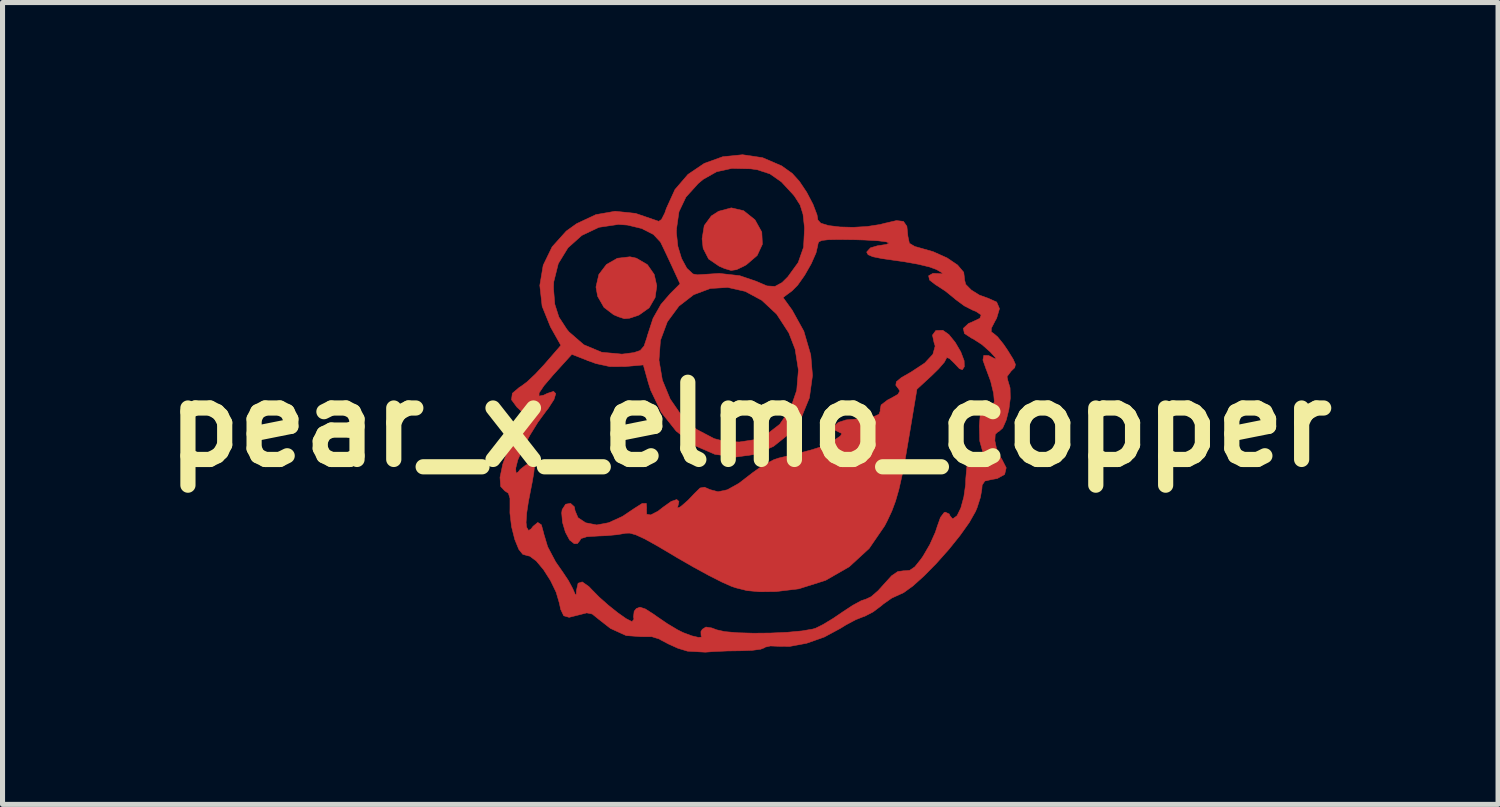
<source format=kicad_pcb>
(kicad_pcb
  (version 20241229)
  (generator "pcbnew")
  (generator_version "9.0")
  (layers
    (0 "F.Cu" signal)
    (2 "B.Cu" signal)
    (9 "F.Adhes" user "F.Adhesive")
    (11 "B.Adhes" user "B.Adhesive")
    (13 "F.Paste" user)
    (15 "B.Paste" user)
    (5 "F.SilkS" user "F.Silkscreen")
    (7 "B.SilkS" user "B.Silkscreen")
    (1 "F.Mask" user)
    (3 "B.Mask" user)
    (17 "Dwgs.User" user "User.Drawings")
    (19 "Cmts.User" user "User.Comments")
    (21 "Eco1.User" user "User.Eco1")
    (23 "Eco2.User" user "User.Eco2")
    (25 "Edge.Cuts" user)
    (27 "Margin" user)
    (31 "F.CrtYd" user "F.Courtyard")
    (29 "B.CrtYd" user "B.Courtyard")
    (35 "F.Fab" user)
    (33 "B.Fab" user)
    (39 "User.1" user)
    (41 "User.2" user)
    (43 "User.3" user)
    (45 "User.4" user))
  (footprint "pear_x_elmo_copper"
    (layer "F.Cu")
    (at 11.764 5.332)
    (property "Reference" "pear_x_elmo_copper" (at 0 0 0) (layer "F.SilkS") (effects (font (size 1.524 1.524) (thickness 0.3))))
    (attr through_hole)
    (fp_poly (pts (xy -2.25 -3.285) (xy -2.032 -3.157) (xy -1.897 -2.964) (xy -1.846 -2.737) (xy -1.879 -2.507) (xy -1.996 -2.305) (xy -2.197 -2.162) (xy -2.235 -2.148) (xy -2.387 -2.098) (xy -2.488 -2.09) (xy -2.603 -2.127) (xy -2.699 -2.168) (xy -2.889 -2.313) (xy -3.014 -2.531) (xy -3.047 -2.715) (xy -2.99 -2.963) (xy -2.84 -3.16) (xy -2.625 -3.283) (xy -2.376 -3.312) (xy -2.25 -3.285)) (stroke (width 0.01) (type solid)) (fill yes) (layer "F.Cu"))
    (fp_poly (pts (xy -0.132 -4.222) (xy 0.087 -4.047) (xy 0.095 -4.038) (xy 0.227 -3.8) (xy 0.239 -3.56) (xy 0.136 -3.338) (xy -0.078 -3.154) (xy -0.127 -3.127) (xy -0.272 -3.058) (xy -0.379 -3.042) (xy -0.508 -3.08) (xy -0.613 -3.125) (xy -0.823 -3.268) (xy -0.931 -3.479) (xy -0.952 -3.667) (xy -0.909 -3.929) (xy -0.77 -4.118) (xy -0.627 -4.21) (xy -0.375 -4.278) (xy -0.132 -4.222)) (stroke (width 0.01) (type solid)) (fill yes) (layer "F.Cu"))
    (fp_poly (pts (xy 3.803 -1.86) (xy 3.922 -1.776) (xy 4.047 -1.621) (xy 4.156 -1.435) (xy 4.222 -1.26) (xy 4.226 -1.142) (xy 4.187 -1.082) (xy 4.129 -1.103) (xy 4.029 -1.21) (xy 3.931 -1.305) (xy 3.878 -1.323) (xy 3.874 -1.311) (xy 3.831 -1.23) (xy 3.717 -1.098) (xy 3.582 -0.966) (xy 3.29 -0.697) (xy 3.142 0.191) (xy 3.064 0.65) (xy 2.996 1.007) (xy 2.933 1.286) (xy 2.868 1.512) (xy 2.795 1.708) (xy 2.706 1.898) (xy 2.653 2.001) (xy 2.347 2.447) (xy 1.953 2.809) (xy 1.486 3.077) (xy 0.957 3.244) (xy 0.509 3.298) (xy 0.185 3.302) (xy -0.065 3.279) (xy -0.289 3.223) (xy -0.376 3.193) (xy -0.558 3.112) (xy -0.817 2.981) (xy -1.121 2.815) (xy -1.44 2.632) (xy -1.519 2.584) (xy -1.847 2.39) (xy -2.087 2.257) (xy -2.259 2.178) (xy -2.379 2.144) (xy -2.466 2.146) (xy -2.475 2.149) (xy -2.628 2.175) (xy -2.848 2.195) (xy -2.999 2.201) (xy -3.228 2.215) (xy -3.343 2.252) (xy -3.365 2.291) (xy -3.414 2.351) (xy -3.476 2.353) (xy -3.568 2.28) (xy -3.651 2.124) (xy -3.708 1.931) (xy -3.724 1.745) (xy -3.715 1.68) (xy -3.646 1.573) (xy -3.549 1.556) (xy -3.474 1.624) (xy -3.46 1.7) (xy -3.402 1.839) (xy -3.25 1.94) (xy -3.035 1.982) (xy -3.028 1.982) (xy -2.796 1.938) (xy -2.524 1.814) (xy -2.292 1.658) (xy -2.136 1.559) (xy -2.053 1.557) (xy -2.046 1.653) (xy -2.049 1.667) (xy -2.046 1.771) (xy -1.967 1.785) (xy -1.824 1.712) (xy -1.725 1.635) (xy -1.563 1.519) (xy -1.452 1.48) (xy -1.409 1.519) (xy -1.422 1.581) (xy -1.439 1.649) (xy -1.386 1.628) (xy -1.35 1.601) (xy -1.227 1.493) (xy -1.098 1.357) (xy -0.992 1.253) (xy -0.904 1.237) (xy -0.795 1.285) (xy -0.637 1.327) (xy -0.453 1.288) (xy -0.226 1.161) (xy 0.053 0.946) (xy 0.254 0.804) (xy 0.463 0.695) (xy 0.561 0.662) (xy 0.918 0.576) (xy 1.176 0.509) (xy 1.36 0.452) (xy 1.497 0.398) (xy 1.612 0.338) (xy 1.65 0.315) (xy 1.781 0.225) (xy 1.808 0.176) (xy 1.76 0.154) (xy 1.657 0.104) (xy 1.656 0.031) (xy 1.738 -0.042) (xy 1.886 -0.09) (xy 1.938 -0.096) (xy 2.243 -0.121) (xy 2.438 -0.155) (xy 2.54 -0.202) (xy 2.566 -0.268) (xy 2.563 -0.29) (xy 2.583 -0.387) (xy 2.708 -0.483) (xy 2.769 -0.514) (xy 2.915 -0.597) (xy 2.953 -0.662) (xy 2.931 -0.699) (xy 2.873 -0.776) (xy 2.884 -0.845) (xy 2.982 -0.926) (xy 3.175 -1.037) (xy 3.444 -1.214) (xy 3.605 -1.387) (xy 3.65 -1.549) (xy 3.627 -1.623) (xy 3.597 -1.766) (xy 3.663 -1.856) (xy 3.798 -1.861) (xy 3.803 -1.86)) (stroke (width 0.01) (type solid)) (fill yes) (layer "F.Cu"))
    (fp_poly (pts (xy 0.242 -5.269) (xy 0.619 -5.107) (xy 0.828 -4.958) (xy 0.97 -4.801) (xy 1.115 -4.584) (xy 1.238 -4.349) (xy 1.318 -4.139) (xy 1.334 -4.039) (xy 1.392 -3.975) (xy 1.548 -3.928) (xy 1.771 -3.901) (xy 2.034 -3.894) (xy 2.306 -3.91) (xy 2.56 -3.949) (xy 2.656 -3.974) (xy 2.886 -4.027) (xy 3.024 -4.011) (xy 3.092 -3.914) (xy 3.111 -3.723) (xy 3.112 -3.716) (xy 3.141 -3.579) (xy 3.251 -3.514) (xy 3.287 -3.505) (xy 3.61 -3.413) (xy 3.885 -3.29) (xy 4.092 -3.15) (xy 4.214 -3.006) (xy 4.231 -2.87) (xy 4.229 -2.864) (xy 4.253 -2.768) (xy 4.363 -2.656) (xy 4.525 -2.555) (xy 4.698 -2.493) (xy 4.865 -2.418) (xy 4.92 -2.288) (xy 4.864 -2.099) (xy 4.833 -2.044) (xy 4.76 -1.903) (xy 4.757 -1.83) (xy 4.8 -1.801) (xy 4.883 -1.731) (xy 4.999 -1.587) (xy 5.084 -1.462) (xy 5.191 -1.289) (xy 5.235 -1.187) (xy 5.221 -1.123) (xy 5.157 -1.061) (xy 5.153 -1.058) (xy 5.069 -0.946) (xy 5.086 -0.867) (xy 5.129 -0.724) (xy 5.134 -0.522) (xy 5.106 -0.299) (xy 5.054 -0.09) (xy 4.984 0.069) (xy 4.902 0.142) (xy 4.89 0.143) (xy 4.836 0.194) (xy 4.829 0.32) (xy 4.863 0.482) (xy 4.934 0.638) (xy 4.965 0.682) (xy 5.053 0.854) (xy 5.022 0.985) (xy 4.877 1.066) (xy 4.773 1.084) (xy 4.632 1.115) (xy 4.578 1.195) (xy 4.572 1.274) (xy 4.544 1.437) (xy 4.478 1.643) (xy 4.447 1.717) (xy 4.324 1.934) (xy 4.141 2.191) (xy 3.919 2.467) (xy 3.676 2.74) (xy 3.433 2.987) (xy 3.21 3.188) (xy 3.027 3.32) (xy 2.941 3.359) (xy 2.793 3.427) (xy 2.624 3.546) (xy 2.59 3.576) (xy 2.423 3.701) (xy 2.259 3.786) (xy 2.23 3.795) (xy 2.081 3.854) (xy 1.886 3.958) (xy 1.78 4.024) (xy 1.461 4.196) (xy 1.112 4.319) (xy 0.779 4.381) (xy 0.563 4.379) (xy 0.398 4.372) (xy 0.292 4.396) (xy 0.281 4.407) (xy 0.203 4.437) (xy 0.035 4.459) (xy -0.179 4.467) (xy -0.454 4.471) (xy -0.726 4.483) (xy -0.888 4.495) (xy -1.239 4.475) (xy -1.428 4.418) (xy -1.616 4.333) (xy -1.77 4.252) (xy -1.797 4.235) (xy -1.944 4.189) (xy -2.144 4.188) (xy -2.152 4.189) (xy -2.451 4.167) (xy -2.761 4.026) (xy -2.994 3.844) (xy -3.12 3.742) (xy -3.23 3.719) (xy -3.39 3.76) (xy -3.577 3.807) (xy -3.684 3.776) (xy -3.744 3.649) (xy -3.77 3.526) (xy -3.833 3.312) (xy -3.944 3.082) (xy -4.082 2.866) (xy -4.225 2.695) (xy -4.354 2.599) (xy -4.397 2.59) (xy -4.493 2.562) (xy -4.571 2.464) (xy -4.65 2.27) (xy -4.714 2.016) (xy -4.746 1.746) (xy -4.745 1.65) (xy -4.745 1.458) (xy -4.776 1.357) (xy -4.848 1.31) (xy -4.929 1.223) (xy -4.942 1.043) (xy -4.906 0.873) (xy -4.632 0.873) (xy -4.624 0.961) (xy -4.583 0.937) (xy -4.546 0.889) (xy -4.43 0.798) (xy -4.35 0.778) (xy -4.302 0.779) (xy -4.273 0.794) (xy -4.263 0.845) (xy -4.274 0.953) (xy -4.306 1.138) (xy -4.361 1.421) (xy -4.381 1.524) (xy -4.415 1.749) (xy -4.427 1.934) (xy -4.417 2.026) (xy -4.378 2.093) (xy -4.326 2.059) (xy -4.289 2.01) (xy -4.196 1.933) (xy -4.125 1.98) (xy -4.079 2.147) (xy -4.078 2.156) (xy -4.001 2.413) (xy -3.843 2.712) (xy -3.707 2.907) (xy -3.591 3.081) (xy -3.503 3.245) (xy -3.499 3.256) (xy -3.453 3.361) (xy -3.436 3.352) (xy -3.432 3.274) (xy -3.4 3.133) (xy -3.318 3.107) (xy -3.189 3.197) (xy -3.129 3.26) (xy -2.982 3.409) (xy -2.8 3.57) (xy -2.613 3.719) (xy -2.451 3.833) (xy -2.344 3.888) (xy -2.333 3.889) (xy -2.297 3.843) (xy -2.306 3.799) (xy -2.293 3.687) (xy -2.251 3.634) (xy -2.178 3.606) (xy -2.072 3.641) (xy -1.906 3.747) (xy -1.849 3.788) (xy -1.64 3.931) (xy -1.433 4.055) (xy -1.324 4.109) (xy -1.155 4.172) (xy -1.023 4.203) (xy -0.959 4.196) (xy -0.972 4.165) (xy -0.975 4.088) (xy -0.947 4.043) (xy -0.876 3.998) (xy -0.761 4.016) (xy -0.664 4.053) (xy -0.504 4.089) (xy -0.251 4.111) (xy 0.061 4.12) (xy 0.399 4.117) (xy 0.73 4.102) (xy 1.02 4.075) (xy 1.236 4.038) (xy 1.293 4.02) (xy 1.438 3.948) (xy 1.639 3.826) (xy 1.827 3.698) (xy 2.022 3.57) (xy 2.189 3.479) (xy 2.29 3.445) (xy 2.387 3.399) (xy 2.525 3.279) (xy 2.634 3.158) (xy 2.79 2.986) (xy 2.912 2.903) (xy 3.031 2.887) (xy 3.037 2.888) (xy 3.147 2.879) (xy 3.248 2.81) (xy 3.369 2.659) (xy 3.414 2.594) (xy 3.546 2.367) (xy 3.654 2.126) (xy 3.693 2.007) (xy 3.755 1.833) (xy 3.826 1.739) (xy 3.85 1.73) (xy 3.93 1.767) (xy 3.938 1.794) (xy 3.987 1.855) (xy 4.005 1.857) (xy 4.083 1.799) (xy 4.157 1.647) (xy 4.216 1.431) (xy 4.251 1.186) (xy 4.255 1.064) (xy 4.277 0.823) (xy 4.338 0.681) (xy 4.431 0.646) (xy 4.526 0.706) (xy 4.624 0.777) (xy 4.659 0.746) (xy 4.623 0.625) (xy 4.603 0.585) (xy 4.531 0.328) (xy 4.522 0.029) (xy 4.539 -0.178) (xy 4.569 -0.29) (xy 4.627 -0.34) (xy 4.691 -0.354) (xy 4.786 -0.381) (xy 4.819 -0.449) (xy 4.806 -0.597) (xy 4.802 -0.623) (xy 4.745 -0.857) (xy 4.661 -1.083) (xy 4.656 -1.094) (xy 4.593 -1.273) (xy 4.61 -1.365) (xy 4.706 -1.362) (xy 4.782 -1.323) (xy 4.852 -1.288) (xy 4.838 -1.323) (xy 4.74 -1.432) (xy 4.575 -1.578) (xy 4.403 -1.689) (xy 4.375 -1.702) (xy 4.228 -1.797) (xy 4.206 -1.899) (xy 4.307 -1.994) (xy 4.383 -2.026) (xy 4.533 -2.097) (xy 4.558 -2.164) (xy 4.456 -2.233) (xy 4.393 -2.257) (xy 4.225 -2.343) (xy 4.049 -2.473) (xy 4.028 -2.492) (xy 3.856 -2.632) (xy 3.681 -2.747) (xy 3.664 -2.756) (xy 3.539 -2.853) (xy 3.521 -2.937) (xy 3.605 -2.984) (xy 3.69 -2.983) (xy 3.79 -2.975) (xy 3.786 -2.996) (xy 3.675 -3.061) (xy 3.673 -3.062) (xy 3.536 -3.112) (xy 3.311 -3.166) (xy 3.036 -3.215) (xy 2.893 -3.235) (xy 2.603 -3.276) (xy 2.421 -3.313) (xy 2.327 -3.352) (xy 2.3 -3.399) (xy 2.301 -3.41) (xy 2.373 -3.489) (xy 2.51 -3.529) (xy 2.686 -3.556) (xy 2.742 -3.582) (xy 2.685 -3.607) (xy 2.523 -3.628) (xy 2.263 -3.643) (xy 2.061 -3.649) (xy 1.747 -3.653) (xy 1.539 -3.649) (xy 1.415 -3.635) (xy 1.354 -3.608) (xy 1.335 -3.565) (xy 1.335 -3.55) (xy 1.298 -3.389) (xy 1.203 -3.174) (xy 1.074 -2.948) (xy 0.936 -2.752) (xy 0.824 -2.639) (xy 0.647 -2.508) (xy 0.828 -2.257) (xy 1.057 -1.843) (xy 1.194 -1.374) (xy 1.228 -0.968) (xy 1.167 -0.527) (xy 1.008 -0.139) (xy 0.766 0.185) (xy 0.458 0.432) (xy 0.097 0.589) (xy -0.299 0.644) (xy -0.7 0.588) (xy -1.106 0.411) (xy -1.464 0.129) (xy -1.757 -0.24) (xy -1.967 -0.678) (xy -2.012 -0.819) (xy -2.112 -1.177) (xy -2.468 -1.145) (xy -2.769 -1.143) (xy -3.052 -1.205) (xy -3.174 -1.25) (xy -3.229 -1.271) (xy -1.803 -1.271) (xy -1.736 -0.877) (xy -1.582 -0.504) (xy -1.353 -0.172) (xy -1.06 0.096) (xy -0.713 0.278) (xy -0.507 0.332) (xy -0.217 0.345) (xy 0.08 0.3) (xy 0.287 0.223) (xy 0.581 -0.005) (xy 0.793 -0.313) (xy 0.917 -0.677) (xy 0.95 -1.076) (xy 0.885 -1.488) (xy 0.761 -1.809) (xy 0.521 -2.178) (xy 0.228 -2.452) (xy -0.1 -2.629) (xy -0.445 -2.707) (xy -0.79 -2.686) (xy -1.118 -2.563) (xy -1.41 -2.337) (xy -1.638 -2.028) (xy -1.774 -1.662) (xy -1.803 -1.271) (xy -3.229 -1.271) (xy -3.523 -1.386) (xy -3.886 -0.986) (xy -4.074 -0.766) (xy -4.17 -0.624) (xy -4.171 -0.561) (xy -4.079 -0.58) (xy -4.007 -0.615) (xy -3.884 -0.655) (xy -3.841 -0.61) (xy -3.876 -0.494) (xy -3.988 -0.321) (xy -4.031 -0.266) (xy -4.195 -0.043) (xy -4.354 0.215) (xy -4.491 0.473) (xy -4.59 0.699) (xy -4.631 0.86) (xy -4.632 0.873) (xy -4.906 0.873) (xy -4.888 0.785) (xy -4.77 0.461) (xy -4.681 0.265) (xy -4.455 -0.202) (xy -4.608 -0.344) (xy -4.715 -0.489) (xy -4.698 -0.617) (xy -4.556 -0.737) (xy -4.53 -0.751) (xy -4.409 -0.841) (xy -4.243 -0.997) (xy -4.066 -1.187) (xy -4.055 -1.2) (xy -3.74 -1.563) (xy -3.945 -1.927) (xy -4.11 -2.335) (xy -4.15 -2.695) (xy -3.886 -2.695) (xy -3.86 -2.375) (xy -3.779 -2.122) (xy -3.623 -1.882) (xy -3.58 -1.829) (xy -3.287 -1.575) (xy -2.933 -1.427) (xy -2.534 -1.39) (xy -2.299 -1.42) (xy -2.173 -1.462) (xy -2.097 -1.551) (xy -2.039 -1.724) (xy -2.034 -1.747) (xy -1.92 -2.097) (xy -1.764 -2.372) (xy -1.584 -2.581) (xy -1.387 -2.778) (xy -1.555 -3.143) (xy -1.652 -3.351) (xy -1.733 -3.521) (xy -1.773 -3.603) (xy -1.913 -3.753) (xy -1.966 -3.78) (xy -1.458 -3.78) (xy -1.43 -3.518) (xy -1.357 -3.278) (xy -1.253 -3.086) (xy -1.132 -2.973) (xy -1.043 -2.956) (xy -0.611 -2.984) (xy -0.209 -2.939) (xy 0.112 -2.83) (xy 0.329 -2.737) (xy 0.487 -2.727) (xy 0.627 -2.803) (xy 0.74 -2.915) (xy 0.946 -3.199) (xy 1.052 -3.502) (xy 1.07 -3.866) (xy 1.069 -3.897) (xy 1.041 -4.152) (xy 0.984 -4.334) (xy 0.879 -4.499) (xy 0.852 -4.534) (xy 0.615 -4.79) (xy 0.388 -4.949) (xy 0.136 -5.031) (xy 0.009 -5.049) (xy -0.365 -5.057) (xy -0.665 -4.991) (xy -0.927 -4.843) (xy -1.028 -4.759) (xy -1.271 -4.49) (xy -1.408 -4.202) (xy -1.458 -3.853) (xy -1.458 -3.78) (xy -1.966 -3.78) (xy -2.142 -3.87) (xy -2.424 -3.938) (xy -2.603 -3.951) (xy -2.988 -3.894) (xy -3.326 -3.734) (xy -3.6 -3.489) (xy -3.791 -3.177) (xy -3.881 -2.816) (xy -3.886 -2.695) (xy -4.15 -2.695) (xy -4.156 -2.747) (xy -4.089 -3.145) (xy -3.913 -3.508) (xy -3.634 -3.819) (xy -3.429 -3.966) (xy -3.05 -4.144) (xy -2.669 -4.211) (xy -2.265 -4.169) (xy -1.818 -4.016) (xy -1.807 -4.012) (xy -1.753 -4.049) (xy -1.688 -4.176) (xy -1.658 -4.265) (xy -1.488 -4.639) (xy -1.231 -4.938) (xy -0.909 -5.156) (xy -0.543 -5.288) (xy -0.152 -5.327) (xy 0.242 -5.269)) (stroke (width 0.01) (type solid)) (fill yes) (layer "F.Cu"))
    (fp_poly (pts (xy -2.25 -3.285) (xy -2.032 -3.157) (xy -1.897 -2.964) (xy -1.846 -2.737) (xy -1.879 -2.507) (xy -1.996 -2.305) (xy -2.197 -2.162) (xy -2.235 -2.148) (xy -2.387 -2.098) (xy -2.488 -2.09) (xy -2.603 -2.127) (xy -2.699 -2.168) (xy -2.889 -2.313) (xy -3.014 -2.531) (xy -3.047 -2.715) (xy -2.99 -2.963) (xy -2.84 -3.16) (xy -2.625 -3.283) (xy -2.376 -3.312) (xy -2.25 -3.285)) (stroke (width 0.01) (type solid)) (fill yes) (layer "F.Mask"))
    (fp_poly (pts (xy -0.132 -4.222) (xy 0.087 -4.047) (xy 0.095 -4.038) (xy 0.227 -3.8) (xy 0.239 -3.56) (xy 0.136 -3.338) (xy -0.078 -3.154) (xy -0.127 -3.127) (xy -0.272 -3.058) (xy -0.379 -3.042) (xy -0.508 -3.08) (xy -0.613 -3.125) (xy -0.823 -3.268) (xy -0.931 -3.479) (xy -0.952 -3.667) (xy -0.909 -3.929) (xy -0.77 -4.118) (xy -0.627 -4.21) (xy -0.375 -4.278) (xy -0.132 -4.222)) (stroke (width 0.01) (type solid)) (fill yes) (layer "F.Mask"))
    (fp_poly (pts (xy 3.803 -1.86) (xy 3.922 -1.776) (xy 4.047 -1.621) (xy 4.156 -1.435) (xy 4.222 -1.26) (xy 4.226 -1.142) (xy 4.187 -1.082) (xy 4.129 -1.103) (xy 4.029 -1.21) (xy 3.931 -1.305) (xy 3.878 -1.323) (xy 3.874 -1.311) (xy 3.831 -1.23) (xy 3.717 -1.098) (xy 3.582 -0.966) (xy 3.29 -0.697) (xy 3.142 0.191) (xy 3.064 0.65) (xy 2.996 1.007) (xy 2.933 1.286) (xy 2.868 1.512) (xy 2.795 1.708) (xy 2.706 1.898) (xy 2.653 2.001) (xy 2.347 2.447) (xy 1.953 2.809) (xy 1.486 3.077) (xy 0.957 3.244) (xy 0.509 3.298) (xy 0.185 3.302) (xy -0.065 3.279) (xy -0.289 3.223) (xy -0.376 3.193) (xy -0.558 3.112) (xy -0.817 2.981) (xy -1.121 2.815) (xy -1.44 2.632) (xy -1.519 2.584) (xy -1.847 2.39) (xy -2.087 2.257) (xy -2.259 2.178) (xy -2.379 2.144) (xy -2.466 2.146) (xy -2.475 2.149) (xy -2.628 2.175) (xy -2.848 2.195) (xy -2.999 2.201) (xy -3.228 2.215) (xy -3.343 2.252) (xy -3.365 2.291) (xy -3.414 2.351) (xy -3.476 2.353) (xy -3.568 2.28) (xy -3.651 2.124) (xy -3.708 1.931) (xy -3.724 1.745) (xy -3.715 1.68) (xy -3.646 1.573) (xy -3.549 1.556) (xy -3.474 1.624) (xy -3.46 1.7) (xy -3.402 1.839) (xy -3.25 1.94) (xy -3.035 1.982) (xy -3.028 1.982) (xy -2.796 1.938) (xy -2.524 1.814) (xy -2.292 1.658) (xy -2.136 1.559) (xy -2.053 1.557) (xy -2.046 1.653) (xy -2.049 1.667) (xy -2.046 1.771) (xy -1.967 1.785) (xy -1.824 1.712) (xy -1.725 1.635) (xy -1.563 1.519) (xy -1.452 1.48) (xy -1.409 1.519) (xy -1.422 1.581) (xy -1.439 1.649) (xy -1.386 1.628) (xy -1.35 1.601) (xy -1.227 1.493) (xy -1.098 1.357) (xy -0.992 1.253) (xy -0.904 1.237) (xy -0.795 1.285) (xy -0.637 1.327) (xy -0.453 1.288) (xy -0.226 1.161) (xy 0.053 0.946) (xy 0.254 0.804) (xy 0.463 0.695) (xy 0.561 0.662) (xy 0.918 0.576) (xy 1.176 0.509) (xy 1.36 0.452) (xy 1.497 0.398) (xy 1.612 0.338) (xy 1.65 0.315) (xy 1.781 0.225) (xy 1.808 0.176) (xy 1.76 0.154) (xy 1.657 0.104) (xy 1.656 0.031) (xy 1.738 -0.042) (xy 1.886 -0.09) (xy 1.938 -0.096) (xy 2.243 -0.121) (xy 2.438 -0.155) (xy 2.54 -0.202) (xy 2.566 -0.268) (xy 2.563 -0.29) (xy 2.583 -0.387) (xy 2.708 -0.483) (xy 2.769 -0.514) (xy 2.915 -0.597) (xy 2.953 -0.662) (xy 2.931 -0.699) (xy 2.873 -0.776) (xy 2.884 -0.845) (xy 2.982 -0.926) (xy 3.175 -1.037) (xy 3.444 -1.214) (xy 3.605 -1.387) (xy 3.65 -1.549) (xy 3.627 -1.623) (xy 3.597 -1.766) (xy 3.663 -1.856) (xy 3.798 -1.861) (xy 3.803 -1.86)) (stroke (width 0.01) (type solid)) (fill yes) (layer "F.Mask"))
    (fp_poly (pts (xy 0.242 -5.269) (xy 0.619 -5.107) (xy 0.828 -4.958) (xy 0.97 -4.801) (xy 1.115 -4.584) (xy 1.238 -4.349) (xy 1.318 -4.139) (xy 1.334 -4.039) (xy 1.392 -3.975) (xy 1.548 -3.928) (xy 1.771 -3.901) (xy 2.034 -3.894) (xy 2.306 -3.91) (xy 2.56 -3.949) (xy 2.656 -3.974) (xy 2.886 -4.027) (xy 3.024 -4.011) (xy 3.092 -3.914) (xy 3.111 -3.723) (xy 3.112 -3.716) (xy 3.141 -3.579) (xy 3.251 -3.514) (xy 3.287 -3.505) (xy 3.61 -3.413) (xy 3.885 -3.29) (xy 4.092 -3.15) (xy 4.214 -3.006) (xy 4.231 -2.87) (xy 4.229 -2.864) (xy 4.253 -2.768) (xy 4.363 -2.656) (xy 4.525 -2.555) (xy 4.698 -2.493) (xy 4.865 -2.418) (xy 4.92 -2.288) (xy 4.864 -2.099) (xy 4.833 -2.044) (xy 4.76 -1.903) (xy 4.757 -1.83) (xy 4.8 -1.801) (xy 4.883 -1.731) (xy 4.999 -1.587) (xy 5.084 -1.462) (xy 5.191 -1.289) (xy 5.235 -1.187) (xy 5.221 -1.123) (xy 5.157 -1.061) (xy 5.153 -1.058) (xy 5.069 -0.946) (xy 5.086 -0.867) (xy 5.129 -0.724) (xy 5.134 -0.522) (xy 5.106 -0.299) (xy 5.054 -0.09) (xy 4.984 0.069) (xy 4.902 0.142) (xy 4.89 0.143) (xy 4.836 0.194) (xy 4.829 0.32) (xy 4.863 0.482) (xy 4.934 0.638) (xy 4.965 0.682) (xy 5.053 0.854) (xy 5.022 0.985) (xy 4.877 1.066) (xy 4.773 1.084) (xy 4.632 1.115) (xy 4.578 1.195) (xy 4.572 1.274) (xy 4.544 1.437) (xy 4.478 1.643) (xy 4.447 1.717) (xy 4.324 1.934) (xy 4.141 2.191) (xy 3.919 2.467) (xy 3.676 2.74) (xy 3.433 2.987) (xy 3.21 3.188) (xy 3.027 3.32) (xy 2.941 3.359) (xy 2.793 3.427) (xy 2.624 3.546) (xy 2.59 3.576) (xy 2.423 3.701) (xy 2.259 3.786) (xy 2.23 3.795) (xy 2.081 3.854) (xy 1.886 3.958) (xy 1.78 4.024) (xy 1.461 4.196) (xy 1.112 4.319) (xy 0.779 4.381) (xy 0.563 4.379) (xy 0.398 4.372) (xy 0.292 4.396) (xy 0.281 4.407) (xy 0.203 4.437) (xy 0.035 4.459) (xy -0.179 4.467) (xy -0.454 4.471) (xy -0.726 4.483) (xy -0.888 4.495) (xy -1.239 4.475) (xy -1.428 4.418) (xy -1.616 4.333) (xy -1.77 4.252) (xy -1.797 4.235) (xy -1.944 4.189) (xy -2.144 4.188) (xy -2.152 4.189) (xy -2.451 4.167) (xy -2.761 4.026) (xy -2.994 3.844) (xy -3.12 3.742) (xy -3.23 3.719) (xy -3.39 3.76) (xy -3.577 3.807) (xy -3.684 3.776) (xy -3.744 3.649) (xy -3.77 3.526) (xy -3.833 3.312) (xy -3.944 3.082) (xy -4.082 2.866) (xy -4.225 2.695) (xy -4.354 2.599) (xy -4.397 2.59) (xy -4.493 2.562) (xy -4.571 2.464) (xy -4.65 2.27) (xy -4.714 2.016) (xy -4.746 1.746) (xy -4.745 1.65) (xy -4.745 1.458) (xy -4.776 1.357) (xy -4.848 1.31) (xy -4.929 1.223) (xy -4.942 1.043) (xy -4.906 0.873) (xy -4.632 0.873) (xy -4.624 0.961) (xy -4.583 0.937) (xy -4.546 0.889) (xy -4.43 0.798) (xy -4.35 0.778) (xy -4.302 0.779) (xy -4.273 0.794) (xy -4.263 0.845) (xy -4.274 0.953) (xy -4.306 1.138) (xy -4.361 1.421) (xy -4.381 1.524) (xy -4.415 1.749) (xy -4.427 1.934) (xy -4.417 2.026) (xy -4.378 2.093) (xy -4.326 2.059) (xy -4.289 2.01) (xy -4.196 1.933) (xy -4.125 1.98) (xy -4.079 2.147) (xy -4.078 2.156) (xy -4.001 2.413) (xy -3.843 2.712) (xy -3.707 2.907) (xy -3.591 3.081) (xy -3.503 3.245) (xy -3.499 3.256) (xy -3.453 3.361) (xy -3.436 3.352) (xy -3.432 3.274) (xy -3.4 3.133) (xy -3.318 3.107) (xy -3.189 3.197) (xy -3.129 3.26) (xy -2.982 3.409) (xy -2.8 3.57) (xy -2.613 3.719) (xy -2.451 3.833) (xy -2.344 3.888) (xy -2.333 3.889) (xy -2.297 3.843) (xy -2.306 3.799) (xy -2.293 3.687) (xy -2.251 3.634) (xy -2.178 3.606) (xy -2.072 3.641) (xy -1.906 3.747) (xy -1.849 3.788) (xy -1.64 3.931) (xy -1.433 4.055) (xy -1.324 4.109) (xy -1.155 4.172) (xy -1.023 4.203) (xy -0.959 4.196) (xy -0.972 4.165) (xy -0.975 4.088) (xy -0.947 4.043) (xy -0.876 3.998) (xy -0.761 4.016) (xy -0.664 4.053) (xy -0.504 4.089) (xy -0.251 4.111) (xy 0.061 4.12) (xy 0.399 4.117) (xy 0.73 4.102) (xy 1.02 4.075) (xy 1.236 4.038) (xy 1.293 4.02) (xy 1.438 3.948) (xy 1.639 3.826) (xy 1.827 3.698) (xy 2.022 3.57) (xy 2.189 3.479) (xy 2.29 3.445) (xy 2.387 3.399) (xy 2.525 3.279) (xy 2.634 3.158) (xy 2.79 2.986) (xy 2.912 2.903) (xy 3.031 2.887) (xy 3.037 2.888) (xy 3.147 2.879) (xy 3.248 2.81) (xy 3.369 2.659) (xy 3.414 2.594) (xy 3.546 2.367) (xy 3.654 2.126) (xy 3.693 2.007) (xy 3.755 1.833) (xy 3.826 1.739) (xy 3.85 1.73) (xy 3.93 1.767) (xy 3.938 1.794) (xy 3.987 1.855) (xy 4.005 1.857) (xy 4.083 1.799) (xy 4.157 1.647) (xy 4.216 1.431) (xy 4.251 1.186) (xy 4.255 1.064) (xy 4.277 0.823) (xy 4.338 0.681) (xy 4.431 0.646) (xy 4.526 0.706) (xy 4.624 0.777) (xy 4.659 0.746) (xy 4.623 0.625) (xy 4.603 0.585) (xy 4.531 0.328) (xy 4.522 0.029) (xy 4.539 -0.178) (xy 4.569 -0.29) (xy 4.627 -0.34) (xy 4.691 -0.354) (xy 4.786 -0.381) (xy 4.819 -0.449) (xy 4.806 -0.597) (xy 4.802 -0.623) (xy 4.745 -0.857) (xy 4.661 -1.083) (xy 4.656 -1.094) (xy 4.593 -1.273) (xy 4.61 -1.365) (xy 4.706 -1.362) (xy 4.782 -1.323) (xy 4.852 -1.288) (xy 4.838 -1.323) (xy 4.74 -1.432) (xy 4.575 -1.578) (xy 4.403 -1.689) (xy 4.375 -1.702) (xy 4.228 -1.797) (xy 4.206 -1.899) (xy 4.307 -1.994) (xy 4.383 -2.026) (xy 4.533 -2.097) (xy 4.558 -2.164) (xy 4.456 -2.233) (xy 4.393 -2.257) (xy 4.225 -2.343) (xy 4.049 -2.473) (xy 4.028 -2.492) (xy 3.856 -2.632) (xy 3.681 -2.747) (xy 3.664 -2.756) (xy 3.539 -2.853) (xy 3.521 -2.937) (xy 3.605 -2.984) (xy 3.69 -2.983) (xy 3.79 -2.975) (xy 3.786 -2.996) (xy 3.675 -3.061) (xy 3.673 -3.062) (xy 3.536 -3.112) (xy 3.311 -3.166) (xy 3.036 -3.215) (xy 2.893 -3.235) (xy 2.603 -3.276) (xy 2.421 -3.313) (xy 2.327 -3.352) (xy 2.3 -3.399) (xy 2.301 -3.41) (xy 2.373 -3.489) (xy 2.51 -3.529) (xy 2.686 -3.556) (xy 2.742 -3.582) (xy 2.685 -3.607) (xy 2.523 -3.628) (xy 2.263 -3.643) (xy 2.061 -3.649) (xy 1.747 -3.653) (xy 1.539 -3.649) (xy 1.415 -3.635) (xy 1.354 -3.608) (xy 1.335 -3.565) (xy 1.335 -3.55) (xy 1.298 -3.389) (xy 1.203 -3.174) (xy 1.074 -2.948) (xy 0.936 -2.752) (xy 0.824 -2.639) (xy 0.647 -2.508) (xy 0.828 -2.257) (xy 1.057 -1.843) (xy 1.194 -1.374) (xy 1.228 -0.968) (xy 1.167 -0.527) (xy 1.008 -0.139) (xy 0.766 0.185) (xy 0.458 0.432) (xy 0.097 0.589) (xy -0.299 0.644) (xy -0.7 0.588) (xy -1.106 0.411) (xy -1.464 0.129) (xy -1.757 -0.24) (xy -1.967 -0.678) (xy -2.012 -0.819) (xy -2.112 -1.177) (xy -2.468 -1.145) (xy -2.769 -1.143) (xy -3.052 -1.205) (xy -3.174 -1.25) (xy -3.229 -1.271) (xy -1.803 -1.271) (xy -1.736 -0.877) (xy -1.582 -0.504) (xy -1.353 -0.172) (xy -1.06 0.096) (xy -0.713 0.278) (xy -0.507 0.332) (xy -0.217 0.345) (xy 0.08 0.3) (xy 0.287 0.223) (xy 0.581 -0.005) (xy 0.793 -0.313) (xy 0.917 -0.677) (xy 0.95 -1.076) (xy 0.885 -1.488) (xy 0.761 -1.809) (xy 0.521 -2.178) (xy 0.228 -2.452) (xy -0.1 -2.629) (xy -0.445 -2.707) (xy -0.79 -2.686) (xy -1.118 -2.563) (xy -1.41 -2.337) (xy -1.638 -2.028) (xy -1.774 -1.662) (xy -1.803 -1.271) (xy -3.229 -1.271) (xy -3.523 -1.386) (xy -3.886 -0.986) (xy -4.074 -0.766) (xy -4.17 -0.624) (xy -4.171 -0.561) (xy -4.079 -0.58) (xy -4.007 -0.615) (xy -3.884 -0.655) (xy -3.841 -0.61) (xy -3.876 -0.494) (xy -3.988 -0.321) (xy -4.031 -0.266) (xy -4.195 -0.043) (xy -4.354 0.215) (xy -4.491 0.473) (xy -4.59 0.699) (xy -4.631 0.86) (xy -4.632 0.873) (xy -4.906 0.873) (xy -4.888 0.785) (xy -4.77 0.461) (xy -4.681 0.265) (xy -4.455 -0.202) (xy -4.608 -0.344) (xy -4.715 -0.489) (xy -4.698 -0.617) (xy -4.556 -0.737) (xy -4.53 -0.751) (xy -4.409 -0.841) (xy -4.243 -0.997) (xy -4.066 -1.187) (xy -4.055 -1.2) (xy -3.74 -1.563) (xy -3.945 -1.927) (xy -4.11 -2.335) (xy -4.15 -2.695) (xy -3.886 -2.695) (xy -3.86 -2.375) (xy -3.779 -2.122) (xy -3.623 -1.882) (xy -3.58 -1.829) (xy -3.287 -1.575) (xy -2.933 -1.427) (xy -2.534 -1.39) (xy -2.299 -1.42) (xy -2.173 -1.462) (xy -2.097 -1.551) (xy -2.039 -1.724) (xy -2.034 -1.747) (xy -1.92 -2.097) (xy -1.764 -2.372) (xy -1.584 -2.581) (xy -1.387 -2.778) (xy -1.555 -3.143) (xy -1.652 -3.351) (xy -1.733 -3.521) (xy -1.773 -3.603) (xy -1.913 -3.753) (xy -1.966 -3.78) (xy -1.458 -3.78) (xy -1.43 -3.518) (xy -1.357 -3.278) (xy -1.253 -3.086) (xy -1.132 -2.973) (xy -1.043 -2.956) (xy -0.611 -2.984) (xy -0.209 -2.939) (xy 0.112 -2.83) (xy 0.329 -2.737) (xy 0.487 -2.727) (xy 0.627 -2.803) (xy 0.74 -2.915) (xy 0.946 -3.199) (xy 1.052 -3.502) (xy 1.07 -3.866) (xy 1.069 -3.897) (xy 1.041 -4.152) (xy 0.984 -4.334) (xy 0.879 -4.499) (xy 0.852 -4.534) (xy 0.615 -4.79) (xy 0.388 -4.949) (xy 0.136 -5.031) (xy 0.009 -5.049) (xy -0.365 -5.057) (xy -0.665 -4.991) (xy -0.927 -4.843) (xy -1.028 -4.759) (xy -1.271 -4.49) (xy -1.408 -4.202) (xy -1.458 -3.853) (xy -1.458 -3.78) (xy -1.966 -3.78) (xy -2.142 -3.87) (xy -2.424 -3.938) (xy -2.603 -3.951) (xy -2.988 -3.894) (xy -3.326 -3.734) (xy -3.6 -3.489) (xy -3.791 -3.177) (xy -3.881 -2.816) (xy -3.886 -2.695) (xy -4.15 -2.695) (xy -4.156 -2.747) (xy -4.089 -3.145) (xy -3.913 -3.508) (xy -3.634 -3.819) (xy -3.429 -3.966) (xy -3.05 -4.144) (xy -2.669 -4.211) (xy -2.265 -4.169) (xy -1.818 -4.016) (xy -1.807 -4.012) (xy -1.753 -4.049) (xy -1.688 -4.176) (xy -1.658 -4.265) (xy -1.488 -4.639) (xy -1.231 -4.938) (xy -0.909 -5.156) (xy -0.543 -5.288) (xy -0.152 -5.327) (xy 0.242 -5.269)) (stroke (width 0.01) (type solid)) (fill yes) (layer "F.Mask")))
  (gr_rect
    (start -3 -3)
    (end 26.528 12.832)
    (stroke (width 0.1) (type default))
    (fill no)
    (layer "Edge.Cuts")))
</source>
